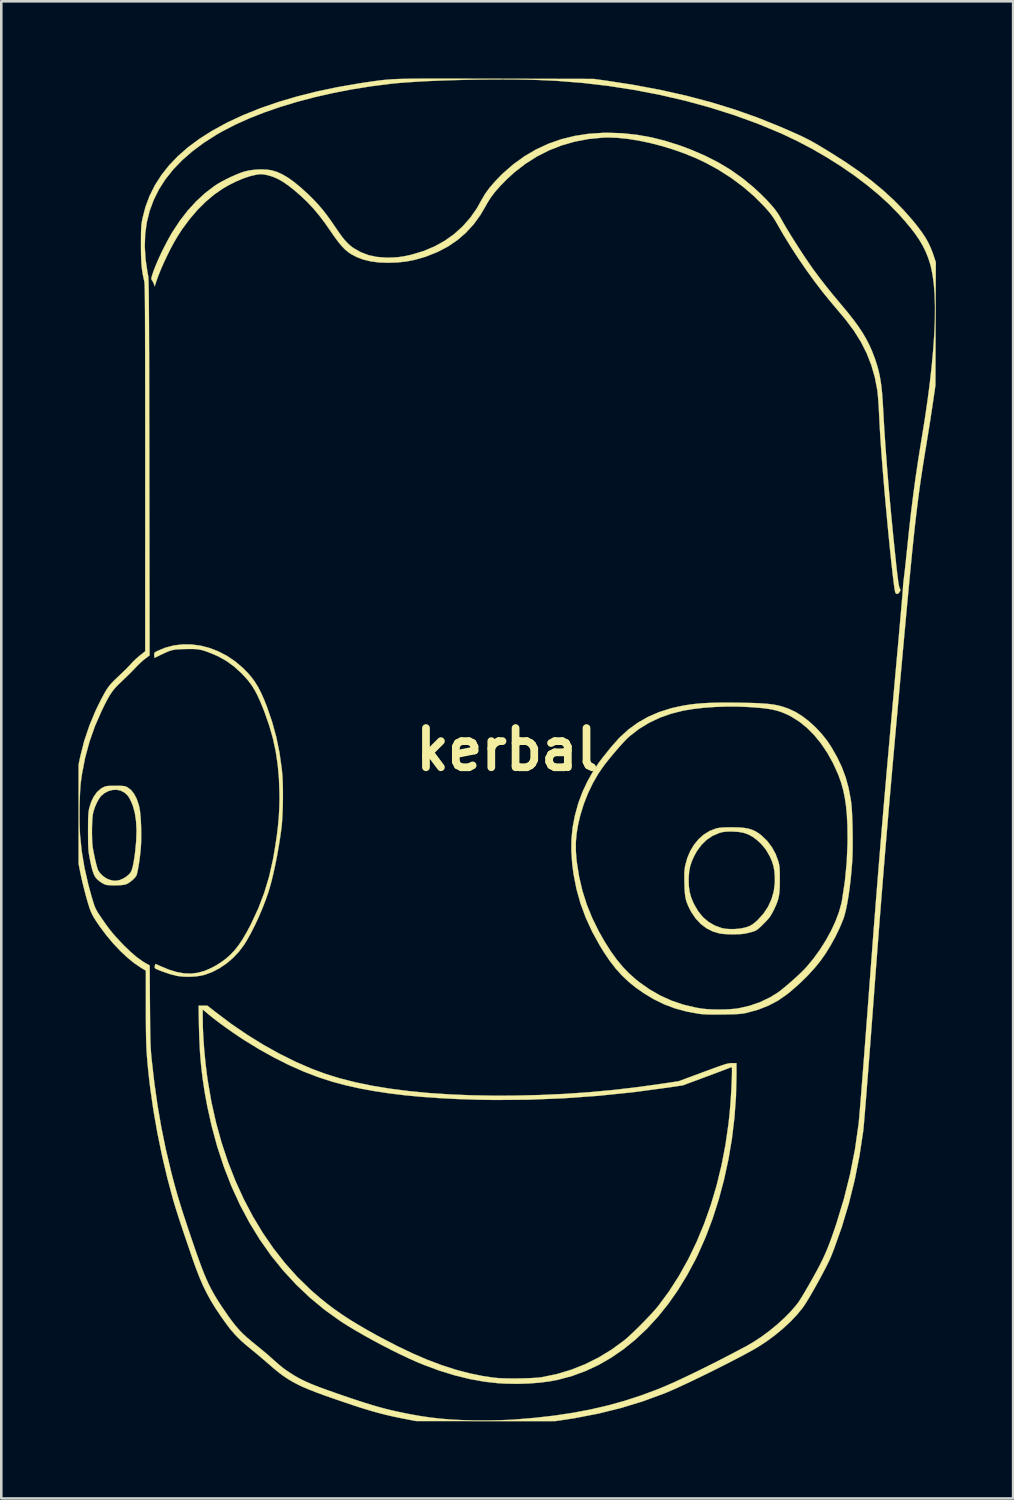
<source format=kicad_pcb>
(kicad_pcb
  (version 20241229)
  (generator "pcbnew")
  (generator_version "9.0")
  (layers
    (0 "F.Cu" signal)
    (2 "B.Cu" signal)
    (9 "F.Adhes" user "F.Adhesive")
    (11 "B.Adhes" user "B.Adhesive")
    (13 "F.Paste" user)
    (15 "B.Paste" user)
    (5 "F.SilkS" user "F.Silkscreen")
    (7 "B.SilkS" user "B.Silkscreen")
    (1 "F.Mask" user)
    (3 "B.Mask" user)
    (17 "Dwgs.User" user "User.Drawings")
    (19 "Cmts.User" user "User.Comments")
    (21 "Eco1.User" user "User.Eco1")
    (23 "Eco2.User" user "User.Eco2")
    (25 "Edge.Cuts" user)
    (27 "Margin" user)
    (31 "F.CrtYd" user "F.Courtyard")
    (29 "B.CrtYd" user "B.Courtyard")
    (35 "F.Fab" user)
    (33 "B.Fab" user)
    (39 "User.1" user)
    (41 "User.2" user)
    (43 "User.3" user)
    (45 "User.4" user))
  (footprint "kerbal"
    (layer "F.Cu")
    (at 16.667 26.089)
    (property "Reference" "kerbal" (at 0 0 0) (layer "F.SilkS") (effects (font (size 1.524 1.524) (thickness 0.3))))
    (attr through_hole)
    (fp_poly (pts (xy -15.082 1.41) (xy -14.976 1.414) (xy -14.901 1.421) (xy -14.845 1.432) (xy -14.798 1.45) (xy -14.768 1.465) (xy -14.627 1.569) (xy -14.506 1.719) (xy -14.404 1.914) (xy -14.323 2.153) (xy -14.299 2.249) (xy -14.276 2.381) (xy -14.257 2.554) (xy -14.242 2.756) (xy -14.232 2.978) (xy -14.227 3.208) (xy -14.227 3.437) (xy -14.232 3.654) (xy -14.244 3.849) (xy -14.247 3.877) (xy -14.265 4.054) (xy -14.287 4.236) (xy -14.312 4.413) (xy -14.339 4.576) (xy -14.365 4.716) (xy -14.39 4.826) (xy -14.412 4.896) (xy -14.416 4.905) (xy -14.472 4.982) (xy -14.559 5.069) (xy -14.661 5.15) (xy -14.763 5.215) (xy -14.826 5.243) (xy -14.907 5.26) (xy -15.025 5.273) (xy -15.163 5.28) (xy -15.307 5.282) (xy -15.442 5.277) (xy -15.554 5.267) (xy -15.612 5.256) (xy -15.719 5.208) (xy -15.835 5.133) (xy -15.941 5.043) (xy -16.009 4.964) (xy -16.053 4.887) (xy -16.095 4.783) (xy -16.137 4.646) (xy -16.18 4.471) (xy -16.225 4.252) (xy -16.237 4.191) (xy -16.254 4.097) (xy -16.267 4.008) (xy -16.277 3.916) (xy -16.284 3.813) (xy -16.289 3.691) (xy -16.292 3.541) (xy -16.293 3.354) (xy -16.293 3.282) (xy -16.141 3.282) (xy -16.137 3.471) (xy -16.129 3.642) (xy -16.115 3.784) (xy -16.107 3.835) (xy -16.073 4.018) (xy -16.036 4.197) (xy -15.999 4.364) (xy -15.962 4.508) (xy -15.929 4.622) (xy -15.902 4.696) (xy -15.899 4.702) (xy -15.823 4.811) (xy -15.714 4.917) (xy -15.589 5.005) (xy -15.467 5.061) (xy -15.464 5.062) (xy -15.33 5.094) (xy -15.217 5.101) (xy -15.101 5.083) (xy -15.045 5.067) (xy -14.916 5.012) (xy -14.79 4.93) (xy -14.683 4.833) (xy -14.633 4.767) (xy -14.595 4.683) (xy -14.558 4.559) (xy -14.523 4.39) (xy -14.489 4.175) (xy -14.467 4.013) (xy -14.423 3.567) (xy -14.409 3.162) (xy -14.426 2.798) (xy -14.473 2.475) (xy -14.55 2.191) (xy -14.621 2.019) (xy -14.68 1.902) (xy -14.732 1.818) (xy -14.788 1.753) (xy -14.858 1.691) (xy -14.885 1.671) (xy -15.022 1.598) (xy -15.177 1.565) (xy -15.341 1.572) (xy -15.504 1.616) (xy -15.657 1.696) (xy -15.79 1.81) (xy -15.799 1.82) (xy -15.879 1.932) (xy -15.958 2.078) (xy -16.029 2.244) (xy -16.084 2.412) (xy -16.097 2.465) (xy -16.114 2.573) (xy -16.127 2.72) (xy -16.136 2.895) (xy -16.141 3.086) (xy -16.141 3.282) (xy -16.293 3.282) (xy -16.294 3.188) (xy -16.293 2.966) (xy -16.292 2.788) (xy -16.289 2.647) (xy -16.283 2.535) (xy -16.276 2.445) (xy -16.266 2.369) (xy -16.253 2.301) (xy -16.249 2.283) (xy -16.173 2.038) (xy -16.071 1.827) (xy -15.946 1.655) (xy -15.798 1.524) (xy -15.708 1.471) (xy -15.653 1.446) (xy -15.601 1.429) (xy -15.539 1.418) (xy -15.457 1.413) (xy -15.345 1.41) (xy -15.227 1.41) (xy -15.082 1.41)) (stroke (width 0.01) (type solid)) (fill yes) (layer "F.SilkS"))
    (fp_poly (pts (xy 8.977 3.027) (xy 9.183 3.042) (xy 9.356 3.07) (xy 9.507 3.113) (xy 9.644 3.174) (xy 9.776 3.256) (xy 9.892 3.345) (xy 10.105 3.549) (xy 10.288 3.79) (xy 10.436 4.059) (xy 10.542 4.347) (xy 10.547 4.364) (xy 10.566 4.44) (xy 10.58 4.514) (xy 10.59 4.596) (xy 10.596 4.696) (xy 10.599 4.824) (xy 10.6 4.989) (xy 10.6 5.067) (xy 10.598 5.292) (xy 10.59 5.477) (xy 10.574 5.634) (xy 10.547 5.774) (xy 10.508 5.907) (xy 10.454 6.046) (xy 10.383 6.201) (xy 10.36 6.248) (xy 10.301 6.363) (xy 10.248 6.454) (xy 10.191 6.535) (xy 10.12 6.619) (xy 10.025 6.718) (xy 9.971 6.773) (xy 9.866 6.876) (xy 9.787 6.95) (xy 9.724 7.001) (xy 9.668 7.036) (xy 9.608 7.062) (xy 9.541 7.084) (xy 9.424 7.116) (xy 9.297 7.146) (xy 9.212 7.162) (xy 9.088 7.176) (xy 8.932 7.183) (xy 8.758 7.185) (xy 8.583 7.181) (xy 8.421 7.171) (xy 8.289 7.156) (xy 8.254 7.15) (xy 7.992 7.073) (xy 7.749 6.949) (xy 7.528 6.782) (xy 7.332 6.574) (xy 7.163 6.327) (xy 7.087 6.185) (xy 7.027 6.055) (xy 6.981 5.94) (xy 6.947 5.827) (xy 6.924 5.707) (xy 6.907 5.568) (xy 6.897 5.4) (xy 6.89 5.203) (xy 6.888 5.08) (xy 7.055 5.08) (xy 7.064 5.321) (xy 7.093 5.533) (xy 7.148 5.734) (xy 7.233 5.943) (xy 7.276 6.032) (xy 7.432 6.298) (xy 7.617 6.521) (xy 7.832 6.703) (xy 8.075 6.844) (xy 8.348 6.942) (xy 8.357 6.945) (xy 8.501 6.97) (xy 8.676 6.981) (xy 8.864 6.978) (xy 9.047 6.961) (xy 9.139 6.945) (xy 9.295 6.908) (xy 9.42 6.863) (xy 9.529 6.803) (xy 9.64 6.718) (xy 9.738 6.628) (xy 9.962 6.382) (xy 10.142 6.112) (xy 10.276 5.82) (xy 10.365 5.509) (xy 10.406 5.181) (xy 10.405 4.928) (xy 10.386 4.712) (xy 10.352 4.527) (xy 10.297 4.353) (xy 10.218 4.169) (xy 10.21 4.153) (xy 10.063 3.898) (xy 9.881 3.676) (xy 9.71 3.518) (xy 9.54 3.392) (xy 9.372 3.3) (xy 9.194 3.238) (xy 8.994 3.203) (xy 8.76 3.189) (xy 8.712 3.188) (xy 8.568 3.19) (xy 8.457 3.197) (xy 8.363 3.213) (xy 8.268 3.238) (xy 8.231 3.25) (xy 7.982 3.358) (xy 7.756 3.51) (xy 7.555 3.706) (xy 7.38 3.943) (xy 7.278 4.125) (xy 7.18 4.34) (xy 7.114 4.542) (xy 7.074 4.748) (xy 7.057 4.978) (xy 7.055 5.08) (xy 6.888 5.08) (xy 6.887 5.014) (xy 6.887 4.866) (xy 6.891 4.747) (xy 6.9 4.647) (xy 6.914 4.554) (xy 6.921 4.517) (xy 7.002 4.218) (xy 7.119 3.943) (xy 7.268 3.696) (xy 7.445 3.482) (xy 7.648 3.303) (xy 7.872 3.165) (xy 8.115 3.071) (xy 8.144 3.063) (xy 8.236 3.045) (xy 8.352 3.033) (xy 8.502 3.025) (xy 8.694 3.023) (xy 8.731 3.023) (xy 8.977 3.027)) (stroke (width 0.01) (type solid)) (fill yes) (layer "F.SilkS"))
    (fp_poly (pts (xy -12.266 -4.084) (xy -11.916 -4.037) (xy -11.568 -3.947) (xy -11.226 -3.815) (xy -10.894 -3.642) (xy -10.578 -3.429) (xy -10.28 -3.177) (xy -10.271 -3.168) (xy -10.094 -2.99) (xy -9.941 -2.812) (xy -9.805 -2.627) (xy -9.681 -2.425) (xy -9.564 -2.199) (xy -9.449 -1.938) (xy -9.34 -1.664) (xy -9.138 -1.076) (xy -8.976 -0.488) (xy -8.853 0.113) (xy -8.765 0.738) (xy -8.747 0.913) (xy -8.732 1.111) (xy -8.723 1.347) (xy -8.718 1.61) (xy -8.718 1.887) (xy -8.722 2.167) (xy -8.731 2.44) (xy -8.744 2.692) (xy -8.76 2.914) (xy -8.774 3.045) (xy -8.824 3.408) (xy -8.883 3.779) (xy -8.949 4.149) (xy -9.021 4.508) (xy -9.096 4.848) (xy -9.172 5.159) (xy -9.249 5.433) (xy -9.285 5.55) (xy -9.395 5.865) (xy -9.523 6.193) (xy -9.664 6.522) (xy -9.813 6.842) (xy -9.965 7.142) (xy -10.115 7.41) (xy -10.221 7.582) (xy -10.42 7.85) (xy -10.651 8.096) (xy -10.907 8.314) (xy -11.18 8.5) (xy -11.464 8.649) (xy -11.752 8.755) (xy -11.894 8.79) (xy -12.104 8.821) (xy -12.335 8.835) (xy -12.567 8.831) (xy -12.778 8.81) (xy -12.837 8.8) (xy -13.119 8.728) (xy -13.432 8.619) (xy -13.531 8.58) (xy -13.622 8.542) (xy -13.676 8.514) (xy -13.7 8.489) (xy -13.704 8.458) (xy -13.699 8.425) (xy -13.687 8.367) (xy -13.679 8.338) (xy -13.678 8.337) (xy -13.655 8.344) (xy -13.596 8.368) (xy -13.514 8.405) (xy -13.481 8.42) (xy -13.153 8.556) (xy -12.849 8.65) (xy -12.562 8.702) (xy -12.288 8.711) (xy -12.021 8.678) (xy -11.755 8.603) (xy -11.486 8.485) (xy -11.328 8.399) (xy -11.114 8.264) (xy -10.922 8.121) (xy -10.747 7.965) (xy -10.584 7.79) (xy -10.429 7.59) (xy -10.275 7.358) (xy -10.119 7.089) (xy -9.956 6.782) (xy -9.677 6.18) (xy -9.443 5.566) (xy -9.253 4.933) (xy -9.106 4.276) (xy -9.081 4.14) (xy -9.009 3.71) (xy -8.951 3.319) (xy -8.908 2.956) (xy -8.877 2.612) (xy -8.859 2.277) (xy -8.851 1.942) (xy -8.852 1.714) (xy -8.872 1.14) (xy -8.92 0.599) (xy -8.997 0.082) (xy -9.106 -0.423) (xy -9.248 -0.925) (xy -9.426 -1.435) (xy -9.499 -1.623) (xy -9.609 -1.89) (xy -9.714 -2.117) (xy -9.817 -2.313) (xy -9.926 -2.488) (xy -10.045 -2.65) (xy -10.18 -2.808) (xy -10.33 -2.966) (xy -10.618 -3.228) (xy -10.917 -3.445) (xy -11.235 -3.623) (xy -11.429 -3.708) (xy -11.607 -3.779) (xy -11.753 -3.832) (xy -11.879 -3.869) (xy -11.999 -3.892) (xy -12.125 -3.905) (xy -12.273 -3.909) (xy -12.454 -3.908) (xy -12.511 -3.906) (xy -12.684 -3.902) (xy -12.822 -3.894) (xy -12.937 -3.881) (xy -13.041 -3.859) (xy -13.145 -3.826) (xy -13.262 -3.777) (xy -13.405 -3.711) (xy -13.529 -3.651) (xy -13.711 -3.562) (xy -13.721 -3.663) (xy -13.724 -3.722) (xy -13.712 -3.759) (xy -13.676 -3.79) (xy -13.603 -3.828) (xy -13.603 -3.829) (xy -13.287 -3.961) (xy -12.956 -4.047) (xy -12.614 -4.088) (xy -12.266 -4.084)) (stroke (width 0.01) (type solid)) (fill yes) (layer "F.SilkS"))
    (fp_poly (pts (xy 8.952 -1.822) (xy 9.278 -1.816) (xy 9.559 -1.809) (xy 9.801 -1.799) (xy 10.01 -1.786) (xy 10.192 -1.769) (xy 10.353 -1.748) (xy 10.498 -1.721) (xy 10.634 -1.688) (xy 10.767 -1.648) (xy 10.902 -1.6) (xy 10.96 -1.578) (xy 11.213 -1.459) (xy 11.472 -1.298) (xy 11.731 -1.099) (xy 11.982 -0.871) (xy 12.219 -0.619) (xy 12.434 -0.349) (xy 12.592 -0.114) (xy 12.822 0.287) (xy 13.01 0.68) (xy 13.158 1.077) (xy 13.272 1.489) (xy 13.356 1.929) (xy 13.374 2.057) (xy 13.39 2.205) (xy 13.403 2.395) (xy 13.414 2.617) (xy 13.423 2.863) (xy 13.429 3.124) (xy 13.433 3.389) (xy 13.433 3.651) (xy 13.431 3.901) (xy 13.425 4.128) (xy 13.416 4.325) (xy 13.414 4.356) (xy 13.385 4.725) (xy 13.35 5.081) (xy 13.309 5.418) (xy 13.264 5.732) (xy 13.214 6.017) (xy 13.162 6.266) (xy 13.107 6.474) (xy 13.067 6.595) (xy 12.932 6.922) (xy 12.767 7.264) (xy 12.581 7.604) (xy 12.382 7.927) (xy 12.184 8.21) (xy 11.951 8.497) (xy 11.68 8.793) (xy 11.382 9.085) (xy 11.067 9.364) (xy 10.871 9.523) (xy 10.532 9.758) (xy 10.16 9.955) (xy 9.757 10.114) (xy 9.326 10.233) (xy 9.303 10.238) (xy 9.217 10.256) (xy 9.131 10.269) (xy 9.036 10.279) (xy 8.925 10.287) (xy 8.788 10.293) (xy 8.618 10.297) (xy 8.406 10.301) (xy 8.382 10.301) (xy 8.124 10.303) (xy 7.911 10.302) (xy 7.736 10.297) (xy 7.592 10.289) (xy 7.474 10.277) (xy 7.458 10.274) (xy 6.977 10.187) (xy 6.528 10.065) (xy 6.101 9.904) (xy 5.689 9.702) (xy 5.321 9.48) (xy 5.009 9.262) (xy 4.726 9.034) (xy 4.467 8.789) (xy 4.224 8.52) (xy 3.991 8.22) (xy 3.762 7.882) (xy 3.606 7.629) (xy 3.306 7.084) (xy 3.055 6.538) (xy 2.851 5.985) (xy 2.693 5.421) (xy 2.58 4.842) (xy 2.528 4.439) (xy 2.495 3.953) (xy 2.495 3.916) (xy 2.669 3.916) (xy 2.692 4.244) (xy 2.705 4.361) (xy 2.796 4.937) (xy 2.925 5.49) (xy 3.094 6.025) (xy 3.307 6.551) (xy 3.565 7.074) (xy 3.798 7.483) (xy 4.031 7.848) (xy 4.262 8.169) (xy 4.499 8.455) (xy 4.748 8.712) (xy 5.014 8.947) (xy 5.127 9.037) (xy 5.536 9.325) (xy 5.956 9.567) (xy 6.391 9.763) (xy 6.849 9.918) (xy 7.334 10.032) (xy 7.556 10.07) (xy 7.738 10.09) (xy 7.954 10.103) (xy 8.19 10.108) (xy 8.431 10.105) (xy 8.661 10.095) (xy 8.867 10.077) (xy 8.998 10.059) (xy 9.431 9.96) (xy 9.845 9.815) (xy 10.236 9.625) (xy 10.497 9.465) (xy 10.607 9.385) (xy 10.743 9.277) (xy 10.897 9.148) (xy 11.06 9.007) (xy 11.222 8.861) (xy 11.375 8.719) (xy 11.51 8.588) (xy 11.617 8.476) (xy 11.635 8.456) (xy 11.908 8.127) (xy 12.16 7.779) (xy 12.388 7.419) (xy 12.589 7.054) (xy 12.759 6.69) (xy 12.893 6.336) (xy 12.989 5.997) (xy 13.017 5.858) (xy 13.129 5.12) (xy 13.2 4.388) (xy 13.232 3.643) (xy 13.233 3.405) (xy 13.227 2.966) (xy 13.208 2.569) (xy 13.175 2.21) (xy 13.127 1.88) (xy 13.063 1.575) (xy 12.983 1.287) (xy 12.884 1.01) (xy 12.862 0.955) (xy 12.667 0.526) (xy 12.446 0.128) (xy 12.201 -0.235) (xy 11.936 -0.561) (xy 11.651 -0.847) (xy 11.35 -1.089) (xy 11.035 -1.286) (xy 10.915 -1.347) (xy 10.765 -1.414) (xy 10.619 -1.47) (xy 10.469 -1.516) (xy 10.308 -1.554) (xy 10.128 -1.584) (xy 9.921 -1.61) (xy 9.679 -1.632) (xy 9.394 -1.651) (xy 9.373 -1.653) (xy 8.944 -1.67) (xy 8.504 -1.67) (xy 8.065 -1.654) (xy 7.638 -1.623) (xy 7.236 -1.576) (xy 6.87 -1.516) (xy 6.842 -1.511) (xy 6.373 -1.393) (xy 5.929 -1.235) (xy 5.513 -1.037) (xy 5.126 -0.801) (xy 4.773 -0.528) (xy 4.708 -0.47) (xy 4.624 -0.389) (xy 4.516 -0.275) (xy 4.391 -0.136) (xy 4.255 0.019) (xy 4.114 0.185) (xy 3.975 0.352) (xy 3.846 0.514) (xy 3.771 0.609) (xy 3.542 0.941) (xy 3.33 1.31) (xy 3.14 1.707) (xy 2.978 2.119) (xy 2.849 2.537) (xy 2.831 2.603) (xy 2.75 2.96) (xy 2.697 3.288) (xy 2.67 3.603) (xy 2.669 3.916) (xy 2.495 3.916) (xy 2.499 3.49) (xy 2.543 3.039) (xy 2.628 2.588) (xy 2.754 2.126) (xy 2.784 2.032) (xy 2.93 1.645) (xy 3.113 1.253) (xy 3.326 0.872) (xy 3.559 0.515) (xy 3.751 0.264) (xy 3.841 0.154) (xy 3.942 0.028) (xy 4.036 -0.088) (xy 4.049 -0.105) (xy 4.363 -0.459) (xy 4.704 -0.771) (xy 5.073 -1.04) (xy 5.471 -1.267) (xy 5.897 -1.453) (xy 6.354 -1.598) (xy 6.413 -1.613) (xy 6.649 -1.668) (xy 6.881 -1.714) (xy 7.118 -1.751) (xy 7.365 -1.78) (xy 7.631 -1.801) (xy 7.92 -1.816) (xy 8.241 -1.823) (xy 8.599 -1.825) (xy 8.952 -1.822)) (stroke (width 0.01) (type solid)) (fill yes) (layer "F.SilkS"))
    (fp_poly (pts (xy -11.32 10.22) (xy -10.719 10.671) (xy -10.102 11.092) (xy -9.477 11.479) (xy -8.847 11.83) (xy -8.218 12.142) (xy -7.596 12.412) (xy -7.048 12.615) (xy -6.494 12.786) (xy -5.893 12.938) (xy -5.248 13.071) (xy -4.558 13.184) (xy -3.826 13.278) (xy -3.053 13.353) (xy -2.239 13.407) (xy -1.386 13.442) (xy -0.495 13.457) (xy 0.267 13.454) (xy 1.272 13.431) (xy 2.245 13.387) (xy 3.201 13.321) (xy 4.155 13.232) (xy 5.122 13.118) (xy 6.117 12.978) (xy 6.134 12.975) (xy 6.668 12.895) (xy 7.616 12.543) (xy 7.855 12.455) (xy 8.053 12.382) (xy 8.213 12.324) (xy 8.342 12.279) (xy 8.444 12.246) (xy 8.525 12.222) (xy 8.589 12.207) (xy 8.642 12.197) (xy 8.69 12.193) (xy 8.737 12.192) (xy 8.739 12.192) (xy 8.915 12.192) (xy 8.915 12.694) (xy 8.895 13.504) (xy 8.835 14.316) (xy 8.738 15.126) (xy 8.603 15.928) (xy 8.432 16.716) (xy 8.227 17.486) (xy 7.989 18.232) (xy 7.718 18.949) (xy 7.416 19.632) (xy 7.322 19.825) (xy 6.991 20.441) (xy 6.636 21.02) (xy 6.257 21.56) (xy 5.855 22.059) (xy 5.433 22.518) (xy 4.99 22.935) (xy 4.529 23.309) (xy 4.049 23.64) (xy 3.554 23.925) (xy 3.043 24.164) (xy 2.519 24.356) (xy 1.981 24.5) (xy 1.672 24.56) (xy 1.275 24.613) (xy 0.845 24.646) (xy 0.396 24.66) (xy -0.056 24.652) (xy -0.335 24.637) (xy -0.885 24.576) (xy -1.455 24.473) (xy -2.041 24.329) (xy -2.638 24.145) (xy -3.241 23.922) (xy -3.505 23.813) (xy -3.81 23.677) (xy -4.142 23.521) (xy -4.492 23.348) (xy -4.85 23.164) (xy -5.208 22.973) (xy -5.556 22.781) (xy -5.885 22.592) (xy -6.187 22.41) (xy -6.452 22.242) (xy -6.49 22.217) (xy -7.094 21.784) (xy -7.665 21.312) (xy -8.204 20.802) (xy -8.708 20.255) (xy -9.179 19.672) (xy -9.616 19.052) (xy -10.018 18.397) (xy -10.385 17.708) (xy -10.717 16.984) (xy -11.012 16.227) (xy -11.272 15.437) (xy -11.494 14.615) (xy -11.659 13.869) (xy -11.759 13.326) (xy -11.838 12.802) (xy -11.899 12.283) (xy -11.943 11.753) (xy -11.97 11.199) (xy -11.982 10.776) (xy -11.993 10.107) (xy -11.836 10.107) (xy -11.836 10.444) (xy -11.829 10.842) (xy -11.807 11.275) (xy -11.773 11.732) (xy -11.727 12.199) (xy -11.67 12.664) (xy -11.643 12.852) (xy -11.502 13.681) (xy -11.322 14.49) (xy -11.105 15.276) (xy -10.852 16.037) (xy -10.563 16.772) (xy -10.241 17.478) (xy -9.886 18.153) (xy -9.498 18.796) (xy -9.079 19.404) (xy -8.63 19.976) (xy -8.152 20.508) (xy -7.646 21.001) (xy -7.556 21.081) (xy -7.286 21.314) (xy -7.017 21.532) (xy -6.742 21.74) (xy -6.456 21.942) (xy -6.151 22.142) (xy -5.821 22.345) (xy -5.46 22.556) (xy -5.061 22.779) (xy -4.889 22.871) (xy -4.264 23.196) (xy -3.666 23.481) (xy -3.091 23.728) (xy -2.535 23.937) (xy -1.995 24.111) (xy -1.468 24.25) (xy -0.95 24.356) (xy -0.521 24.42) (xy -0.368 24.434) (xy -0.179 24.444) (xy 0.037 24.449) (xy 0.27 24.451) (xy 0.509 24.449) (xy 0.742 24.444) (xy 0.961 24.434) (xy 1.154 24.422) (xy 1.31 24.406) (xy 1.359 24.398) (xy 1.927 24.281) (xy 2.483 24.114) (xy 3.024 23.9) (xy 3.548 23.639) (xy 4.052 23.333) (xy 4.533 22.982) (xy 4.547 22.972) (xy 4.663 22.874) (xy 4.804 22.745) (xy 4.964 22.593) (xy 5.134 22.426) (xy 5.307 22.252) (xy 5.474 22.078) (xy 5.629 21.913) (xy 5.763 21.763) (xy 5.869 21.636) (xy 5.876 21.628) (xy 6.292 21.065) (xy 6.679 20.462) (xy 7.036 19.822) (xy 7.362 19.148) (xy 7.656 18.442) (xy 7.916 17.708) (xy 8.142 16.947) (xy 8.333 16.163) (xy 8.488 15.358) (xy 8.606 14.535) (xy 8.647 14.148) (xy 8.664 13.96) (xy 8.68 13.759) (xy 8.695 13.55) (xy 8.708 13.34) (xy 8.719 13.136) (xy 8.728 12.942) (xy 8.735 12.765) (xy 8.739 12.611) (xy 8.74 12.487) (xy 8.738 12.398) (xy 8.732 12.351) (xy 8.728 12.344) (xy 8.701 12.353) (xy 8.644 12.376) (xy 8.62 12.386) (xy 8.573 12.404) (xy 8.486 12.438) (xy 8.362 12.485) (xy 8.21 12.542) (xy 8.035 12.607) (xy 7.844 12.679) (xy 7.677 12.741) (xy 6.833 13.054) (xy 6.242 13.143) (xy 4.897 13.323) (xy 3.547 13.462) (xy 2.199 13.558) (xy 0.859 13.613) (xy -0.464 13.624) (xy -1.118 13.614) (xy -1.903 13.589) (xy -2.643 13.551) (xy -3.338 13.501) (xy -3.994 13.439) (xy -4.611 13.363) (xy -5.195 13.274) (xy -5.746 13.172) (xy -6.269 13.055) (xy -6.766 12.923) (xy -6.805 12.912) (xy -7.346 12.737) (xy -7.906 12.522) (xy -8.478 12.268) (xy -9.056 11.979) (xy -9.633 11.658) (xy -10.203 11.309) (xy -10.389 11.188) (xy -10.664 11.002) (xy -10.934 10.812) (xy -11.19 10.625) (xy -11.422 10.448) (xy -11.619 10.289) (xy -11.627 10.282) (xy -11.836 10.107) (xy -11.993 10.107) (xy -11.996 9.957) (xy -11.655 9.957) (xy -11.32 10.22)) (stroke (width 0.01) (type solid)) (fill yes) (layer "F.SilkS"))
    (fp_poly (pts (xy 4.477 -23.959) (xy 5.032 -23.901) (xy 5.586 -23.803) (xy 6.147 -23.663) (xy 6.72 -23.481) (xy 7.137 -23.325) (xy 7.695 -23.085) (xy 8.212 -22.822) (xy 8.695 -22.531) (xy 9.149 -22.21) (xy 9.581 -21.854) (xy 9.864 -21.591) (xy 10.086 -21.368) (xy 10.269 -21.169) (xy 10.419 -20.988) (xy 10.538 -20.821) (xy 10.617 -20.689) (xy 10.732 -20.483) (xy 10.872 -20.245) (xy 11.03 -19.986) (xy 11.201 -19.714) (xy 11.378 -19.438) (xy 11.555 -19.168) (xy 11.727 -18.914) (xy 11.888 -18.685) (xy 11.908 -18.656) (xy 12.142 -18.341) (xy 12.406 -18.002) (xy 12.693 -17.647) (xy 12.962 -17.326) (xy 13.222 -17.015) (xy 13.447 -16.73) (xy 13.642 -16.465) (xy 13.809 -16.215) (xy 13.953 -15.972) (xy 14.078 -15.73) (xy 14.188 -15.483) (xy 14.287 -15.224) (xy 14.309 -15.162) (xy 14.374 -14.96) (xy 14.43 -14.765) (xy 14.476 -14.567) (xy 14.514 -14.36) (xy 14.546 -14.136) (xy 14.573 -13.886) (xy 14.595 -13.602) (xy 14.614 -13.278) (xy 14.618 -13.208) (xy 14.659 -12.493) (xy 14.71 -11.73) (xy 14.771 -10.921) (xy 14.842 -10.069) (xy 14.924 -9.175) (xy 15.015 -8.241) (xy 15.116 -7.269) (xy 15.124 -7.194) (xy 15.152 -6.941) (xy 15.177 -6.734) (xy 15.198 -6.569) (xy 15.217 -6.443) (xy 15.235 -6.351) (xy 15.252 -6.288) (xy 15.269 -6.251) (xy 15.277 -6.241) (xy 15.292 -6.211) (xy 15.278 -6.165) (xy 15.259 -6.129) (xy 15.207 -6.067) (xy 15.153 -6.047) (xy 15.108 -6.07) (xy 15.09 -6.103) (xy 15.076 -6.159) (xy 15.058 -6.262) (xy 15.037 -6.408) (xy 15.014 -6.594) (xy 14.987 -6.815) (xy 14.959 -7.068) (xy 14.928 -7.348) (xy 14.896 -7.653) (xy 14.863 -7.979) (xy 14.829 -8.321) (xy 14.795 -8.676) (xy 14.761 -9.041) (xy 14.727 -9.41) (xy 14.693 -9.781) (xy 14.661 -10.15) (xy 14.63 -10.514) (xy 14.601 -10.867) (xy 14.574 -11.207) (xy 14.55 -11.529) (xy 14.528 -11.831) (xy 14.51 -12.108) (xy 14.504 -12.205) (xy 14.494 -12.373) (xy 14.483 -12.575) (xy 14.471 -12.792) (xy 14.461 -13.007) (xy 14.452 -13.179) (xy 14.442 -13.36) (xy 14.43 -13.543) (xy 14.416 -13.714) (xy 14.402 -13.862) (xy 14.389 -13.972) (xy 14.388 -13.979) (xy 14.292 -14.477) (xy 14.154 -14.953) (xy 13.974 -15.41) (xy 13.749 -15.854) (xy 13.478 -16.286) (xy 13.158 -16.713) (xy 13.073 -16.815) (xy 12.956 -16.954) (xy 12.825 -17.11) (xy 12.694 -17.265) (xy 12.579 -17.402) (xy 12.56 -17.424) (xy 12.256 -17.798) (xy 11.942 -18.21) (xy 11.626 -18.648) (xy 11.315 -19.101) (xy 11.017 -19.56) (xy 10.739 -20.013) (xy 10.547 -20.345) (xy 10.454 -20.508) (xy 10.374 -20.639) (xy 10.298 -20.751) (xy 10.216 -20.858) (xy 10.119 -20.973) (xy 9.997 -21.109) (xy 9.987 -21.12) (xy 9.598 -21.511) (xy 9.167 -21.882) (xy 8.702 -22.228) (xy 8.208 -22.543) (xy 7.707 -22.817) (xy 7.304 -23.005) (xy 6.88 -23.177) (xy 6.441 -23.332) (xy 5.995 -23.467) (xy 5.549 -23.582) (xy 5.11 -23.674) (xy 4.686 -23.741) (xy 4.284 -23.782) (xy 3.91 -23.795) (xy 3.721 -23.789) (xy 3.167 -23.735) (xy 2.633 -23.634) (xy 2.12 -23.487) (xy 1.627 -23.294) (xy 1.157 -23.055) (xy 0.709 -22.77) (xy 0.283 -22.441) (xy -0.008 -22.175) (xy -0.259 -21.92) (xy -0.469 -21.682) (xy -0.64 -21.456) (xy -0.777 -21.237) (xy -0.81 -21.175) (xy -1.045 -20.772) (xy -1.311 -20.409) (xy -1.609 -20.086) (xy -1.939 -19.802) (xy -2.302 -19.555) (xy -2.7 -19.346) (xy -3.134 -19.173) (xy -3.188 -19.154) (xy -3.55 -19.048) (xy -3.9 -18.976) (xy -4.256 -18.936) (xy -4.623 -18.923) (xy -4.979 -18.936) (xy -5.298 -18.976) (xy -5.585 -19.045) (xy -5.849 -19.145) (xy -6.063 -19.257) (xy -6.186 -19.341) (xy -6.309 -19.445) (xy -6.435 -19.576) (xy -6.569 -19.738) (xy -6.716 -19.936) (xy -6.854 -20.136) (xy -7.087 -20.472) (xy -7.313 -20.769) (xy -7.539 -21.038) (xy -7.773 -21.287) (xy -8.025 -21.527) (xy -8.254 -21.726) (xy -8.49 -21.914) (xy -8.705 -22.064) (xy -8.907 -22.18) (xy -9.103 -22.266) (xy -9.301 -22.325) (xy -9.359 -22.338) (xy -9.478 -22.36) (xy -9.572 -22.367) (xy -9.666 -22.361) (xy -9.74 -22.35) (xy -9.981 -22.295) (xy -10.246 -22.207) (xy -10.525 -22.09) (xy -10.809 -21.949) (xy -11.042 -21.815) (xy -11.38 -21.583) (xy -11.712 -21.304) (xy -12.034 -20.984) (xy -12.341 -20.626) (xy -12.63 -20.236) (xy -12.815 -19.952) (xy -12.947 -19.726) (xy -13.084 -19.473) (xy -13.219 -19.202) (xy -13.349 -18.926) (xy -13.467 -18.656) (xy -13.568 -18.403) (xy -13.647 -18.18) (xy -13.655 -18.153) (xy -13.701 -18.005) (xy -13.734 -18.1) (xy -13.766 -18.174) (xy -13.802 -18.233) (xy -13.808 -18.24) (xy -13.829 -18.269) (xy -13.834 -18.304) (xy -13.825 -18.36) (xy -13.805 -18.432) (xy -13.747 -18.608) (xy -13.665 -18.818) (xy -13.565 -19.051) (xy -13.451 -19.298) (xy -13.327 -19.549) (xy -13.198 -19.795) (xy -13.068 -20.027) (xy -13.005 -20.132) (xy -12.723 -20.56) (xy -12.417 -20.955) (xy -12.091 -21.312) (xy -11.748 -21.628) (xy -11.392 -21.9) (xy -11.251 -21.992) (xy -11.105 -22.077) (xy -10.931 -22.168) (xy -10.743 -22.259) (xy -10.554 -22.343) (xy -10.38 -22.414) (xy -10.234 -22.465) (xy -10.223 -22.468) (xy -10.019 -22.515) (xy -9.792 -22.544) (xy -9.56 -22.554) (xy -9.34 -22.545) (xy -9.159 -22.518) (xy -8.953 -22.457) (xy -8.74 -22.361) (xy -8.514 -22.228) (xy -8.275 -22.056) (xy -8.018 -21.844) (xy -7.74 -21.59) (xy -7.708 -21.559) (xy -7.51 -21.362) (xy -7.332 -21.171) (xy -7.166 -20.977) (xy -7.003 -20.767) (xy -6.833 -20.532) (xy -6.683 -20.311) (xy -6.544 -20.108) (xy -6.425 -19.943) (xy -6.318 -19.81) (xy -6.218 -19.7) (xy -6.12 -19.608) (xy -6.016 -19.526) (xy -5.956 -19.485) (xy -5.687 -19.333) (xy -5.396 -19.222) (xy -5.079 -19.153) (xy -4.735 -19.124) (xy -4.648 -19.123) (xy -4.42 -19.128) (xy -4.214 -19.145) (xy -4.009 -19.175) (xy -3.784 -19.223) (xy -3.696 -19.245) (xy -3.243 -19.382) (xy -2.82 -19.56) (xy -2.427 -19.779) (xy -2.065 -20.036) (xy -1.737 -20.332) (xy -1.441 -20.666) (xy -1.181 -21.036) (xy -0.982 -21.39) (xy -0.858 -21.602) (xy -0.69 -21.832) (xy -0.481 -22.076) (xy -0.235 -22.331) (xy -0.167 -22.397) (xy 0.242 -22.754) (xy 0.674 -23.065) (xy 1.127 -23.331) (xy 1.603 -23.551) (xy 2.1 -23.726) (xy 2.62 -23.854) (xy 3.163 -23.938) (xy 3.727 -23.975) (xy 3.915 -23.978) (xy 4.477 -23.959)) (stroke (width 0.01) (type solid)) (fill yes) (layer "F.SilkS"))
    (fp_poly (pts (xy -2.218 -26.084) (xy -1.823 -26.083) (xy -1.385 -26.082) (xy -0.902 -26.081) (xy -0.445 -26.08) (xy 3.365 -26.071) (xy 3.861 -26.002) (xy 4.938 -25.835) (xy 5.973 -25.64) (xy 6.968 -25.417) (xy 7.922 -25.165) (xy 8.838 -24.884) (xy 9.716 -24.574) (xy 10.554 -24.237) (xy 10.819 -24.123) (xy 11.044 -24.025) (xy 11.237 -23.939) (xy 11.404 -23.863) (xy 11.554 -23.791) (xy 11.692 -23.722) (xy 11.827 -23.65) (xy 11.965 -23.573) (xy 12.114 -23.486) (xy 12.28 -23.386) (xy 12.472 -23.27) (xy 12.56 -23.216) (xy 13.138 -22.849) (xy 13.67 -22.484) (xy 14.159 -22.118) (xy 14.609 -21.746) (xy 15.023 -21.367) (xy 15.407 -20.976) (xy 15.764 -20.572) (xy 15.769 -20.566) (xy 15.964 -20.324) (xy 16.125 -20.107) (xy 16.259 -19.904) (xy 16.371 -19.707) (xy 16.465 -19.507) (xy 16.548 -19.295) (xy 16.576 -19.213) (xy 16.664 -18.95) (xy 16.649 -14.161) (xy 16.554 -13.5) (xy 16.526 -13.315) (xy 16.492 -13.092) (xy 16.454 -12.841) (xy 16.412 -12.574) (xy 16.368 -12.302) (xy 16.325 -12.036) (xy 16.295 -11.849) (xy 16.248 -11.565) (xy 16.204 -11.293) (xy 16.162 -11.031) (xy 16.123 -10.775) (xy 16.085 -10.523) (xy 16.049 -10.271) (xy 16.014 -10.018) (xy 15.98 -9.759) (xy 15.946 -9.492) (xy 15.912 -9.214) (xy 15.878 -8.923) (xy 15.843 -8.615) (xy 15.808 -8.287) (xy 15.771 -7.937) (xy 15.733 -7.561) (xy 15.693 -7.157) (xy 15.651 -6.722) (xy 15.607 -6.253) (xy 15.559 -5.747) (xy 15.509 -5.201) (xy 15.455 -4.612) (xy 15.397 -3.977) (xy 15.354 -3.505) (xy 15.282 -2.704) (xy 15.214 -1.95) (xy 15.15 -1.239) (xy 15.089 -0.568) (xy 15.033 0.067) (xy 14.979 0.669) (xy 14.929 1.242) (xy 14.881 1.79) (xy 14.835 2.316) (xy 14.792 2.824) (xy 14.75 3.318) (xy 14.709 3.8) (xy 14.67 4.275) (xy 14.631 4.746) (xy 14.593 5.217) (xy 14.555 5.692) (xy 14.517 6.173) (xy 14.478 6.666) (xy 14.439 7.172) (xy 14.399 7.696) (xy 14.358 8.242) (xy 14.314 8.812) (xy 14.269 9.411) (xy 14.25 9.67) (xy 14.213 10.163) (xy 14.176 10.647) (xy 14.141 11.118) (xy 14.106 11.574) (xy 14.072 12.011) (xy 14.04 12.428) (xy 14.009 12.82) (xy 13.98 13.187) (xy 13.954 13.524) (xy 13.929 13.829) (xy 13.907 14.1) (xy 13.888 14.333) (xy 13.871 14.525) (xy 13.858 14.675) (xy 13.848 14.779) (xy 13.843 14.826) (xy 13.698 15.787) (xy 13.511 16.732) (xy 13.281 17.657) (xy 13.011 18.559) (xy 12.7 19.433) (xy 12.591 19.71) (xy 12.535 19.836) (xy 12.459 19.996) (xy 12.364 20.182) (xy 12.257 20.387) (xy 12.141 20.602) (xy 12.021 20.82) (xy 11.901 21.033) (xy 11.785 21.234) (xy 11.677 21.413) (xy 11.583 21.565) (xy 11.505 21.68) (xy 11.492 21.698) (xy 11.276 21.964) (xy 11.02 22.235) (xy 10.731 22.503) (xy 10.418 22.763) (xy 10.09 23.006) (xy 9.754 23.225) (xy 9.588 23.322) (xy 9.363 23.447) (xy 9.106 23.585) (xy 8.823 23.733) (xy 8.523 23.887) (xy 8.211 24.045) (xy 7.893 24.204) (xy 7.576 24.359) (xy 7.266 24.509) (xy 6.97 24.649) (xy 6.695 24.777) (xy 6.447 24.889) (xy 6.232 24.982) (xy 6.096 25.038) (xy 5.275 25.339) (xy 4.425 25.599) (xy 3.548 25.816) (xy 2.644 25.991) (xy 2.293 26.046) (xy 1.856 26.111) (xy -3.543 26.107) (xy -3.975 26.023) (xy -4.235 25.972) (xy -4.479 25.919) (xy -4.714 25.865) (xy -4.949 25.805) (xy -5.188 25.74) (xy -5.439 25.666) (xy -5.709 25.583) (xy -6.004 25.487) (xy -6.331 25.377) (xy -6.698 25.251) (xy -6.79 25.219) (xy -7.14 25.096) (xy -7.446 24.983) (xy -7.716 24.877) (xy -7.954 24.775) (xy -8.167 24.673) (xy -8.362 24.569) (xy -8.543 24.46) (xy -8.717 24.342) (xy -8.891 24.211) (xy -9.069 24.066) (xy -9.241 23.917) (xy -9.391 23.786) (xy -9.564 23.638) (xy -9.741 23.489) (xy -9.907 23.353) (xy -9.977 23.295) (xy -10.171 23.136) (xy -10.339 22.988) (xy -10.489 22.842) (xy -10.63 22.691) (xy -10.769 22.526) (xy -10.913 22.337) (xy -11.071 22.117) (xy -11.155 21.996) (xy -11.35 21.704) (xy -11.522 21.421) (xy -11.678 21.137) (xy -11.823 20.842) (xy -11.96 20.526) (xy -12.095 20.179) (xy -12.226 19.812) (xy -12.352 19.444) (xy -12.462 19.12) (xy -12.559 18.835) (xy -12.644 18.583) (xy -12.717 18.361) (xy -12.782 18.164) (xy -12.838 17.988) (xy -12.888 17.827) (xy -12.934 17.677) (xy -12.976 17.534) (xy -12.993 17.475) (xy -13.218 16.635) (xy -13.421 15.77) (xy -13.601 14.894) (xy -13.753 14.022) (xy -13.876 13.167) (xy -13.918 12.814) (xy -13.945 12.567) (xy -13.968 12.343) (xy -13.987 12.137) (xy -14.003 11.941) (xy -14.016 11.748) (xy -14.026 11.551) (xy -14.034 11.343) (xy -14.039 11.117) (xy -14.043 10.867) (xy -14.045 10.584) (xy -14.046 10.263) (xy -14.046 10.012) (xy -14.046 8.597) (xy -14.243 8.479) (xy -14.502 8.303) (xy -14.77 8.085) (xy -15.041 7.83) (xy -15.311 7.544) (xy -15.574 7.232) (xy -15.823 6.901) (xy -15.971 6.685) (xy -16.067 6.534) (xy -16.138 6.405) (xy -16.194 6.279) (xy -16.245 6.139) (xy -16.247 6.131) (xy -16.314 5.914) (xy -16.384 5.663) (xy -16.454 5.396) (xy -16.519 5.129) (xy -16.575 4.878) (xy -16.598 4.767) (xy -16.662 4.441) (xy -16.662 2.583) (xy -16.624 2.583) (xy -16.622 2.827) (xy -16.617 3.053) (xy -16.609 3.25) (xy -16.605 3.316) (xy -16.542 3.939) (xy -16.435 4.583) (xy -16.284 5.248) (xy -16.168 5.674) (xy -16.118 5.843) (xy -16.079 5.975) (xy -16.043 6.078) (xy -16.008 6.165) (xy -15.968 6.245) (xy -15.919 6.329) (xy -15.855 6.428) (xy -15.772 6.551) (xy -15.766 6.56) (xy -15.621 6.77) (xy -15.485 6.954) (xy -15.348 7.126) (xy -15.199 7.298) (xy -15.028 7.482) (xy -14.911 7.604) (xy -14.644 7.863) (xy -14.394 8.076) (xy -14.161 8.243) (xy -14.042 8.314) (xy -13.898 8.394) (xy -13.887 9.957) (xy -13.884 10.292) (xy -13.882 10.581) (xy -13.879 10.83) (xy -13.875 11.045) (xy -13.871 11.229) (xy -13.867 11.389) (xy -13.861 11.53) (xy -13.854 11.657) (xy -13.846 11.775) (xy -13.837 11.89) (xy -13.826 12.007) (xy -13.821 12.051) (xy -13.717 12.959) (xy -13.593 13.83) (xy -13.448 14.674) (xy -13.279 15.503) (xy -13.085 16.327) (xy -13.068 16.395) (xy -13.004 16.647) (xy -12.941 16.884) (xy -12.878 17.113) (xy -12.813 17.34) (xy -12.743 17.573) (xy -12.667 17.819) (xy -12.583 18.084) (xy -12.487 18.374) (xy -12.38 18.698) (xy -12.257 19.061) (xy -12.23 19.139) (xy -12.109 19.494) (xy -11.999 19.806) (xy -11.898 20.081) (xy -11.803 20.326) (xy -11.712 20.545) (xy -11.622 20.745) (xy -11.53 20.932) (xy -11.433 21.112) (xy -11.33 21.291) (xy -11.216 21.473) (xy -11.089 21.667) (xy -11.003 21.793) (xy -10.837 22.033) (xy -10.688 22.237) (xy -10.549 22.413) (xy -10.411 22.571) (xy -10.267 22.718) (xy -10.109 22.863) (xy -9.93 23.015) (xy -9.796 23.123) (xy -9.656 23.237) (xy -9.507 23.36) (xy -9.363 23.481) (xy -9.238 23.589) (xy -9.185 23.637) (xy -9.037 23.769) (xy -8.918 23.873) (xy -8.82 23.957) (xy -8.734 24.027) (xy -8.651 24.089) (xy -8.563 24.15) (xy -8.461 24.218) (xy -8.436 24.235) (xy -8.296 24.324) (xy -8.156 24.406) (xy -8.012 24.483) (xy -7.857 24.559) (xy -7.685 24.636) (xy -7.49 24.716) (xy -7.267 24.802) (xy -7.01 24.896) (xy -6.713 25.001) (xy -6.556 25.056) (xy -6.176 25.186) (xy -5.838 25.299) (xy -5.533 25.398) (xy -5.257 25.483) (xy -5.003 25.557) (xy -4.764 25.622) (xy -4.534 25.679) (xy -4.307 25.731) (xy -4.261 25.741) (xy -3.812 25.833) (xy -3.392 25.908) (xy -2.99 25.968) (xy -2.594 26.013) (xy -2.191 26.047) (xy -1.77 26.068) (xy -1.317 26.08) (xy -1.029 26.082) (xy -0.769 26.082) (xy -0.5 26.078) (xy -0.235 26.071) (xy 0.012 26.062) (xy 0.226 26.051) (xy 0.279 26.048) (xy 1.078 25.981) (xy 1.835 25.895) (xy 2.556 25.786) (xy 3.249 25.655) (xy 3.917 25.5) (xy 4.568 25.319) (xy 5.207 25.111) (xy 5.839 24.876) (xy 5.88 24.86) (xy 6.134 24.754) (xy 6.428 24.626) (xy 6.755 24.476) (xy 7.112 24.307) (xy 7.493 24.122) (xy 7.895 23.922) (xy 8.311 23.711) (xy 8.737 23.49) (xy 9.169 23.263) (xy 9.295 23.196) (xy 9.594 23.022) (xy 9.898 22.82) (xy 10.2 22.596) (xy 10.491 22.357) (xy 10.764 22.11) (xy 11.01 21.862) (xy 11.221 21.62) (xy 11.332 21.474) (xy 11.38 21.4) (xy 11.449 21.29) (xy 11.534 21.15) (xy 11.629 20.988) (xy 11.731 20.811) (xy 11.836 20.628) (xy 11.873 20.561) (xy 12.014 20.306) (xy 12.137 20.075) (xy 12.246 19.859) (xy 12.344 19.649) (xy 12.436 19.436) (xy 12.525 19.21) (xy 12.617 18.961) (xy 12.714 18.681) (xy 12.804 18.415) (xy 13.093 17.462) (xy 13.333 16.502) (xy 13.523 15.534) (xy 13.662 14.557) (xy 13.664 14.54) (xy 13.671 14.468) (xy 13.682 14.347) (xy 13.696 14.181) (xy 13.714 13.974) (xy 13.734 13.726) (xy 13.757 13.442) (xy 13.782 13.125) (xy 13.809 12.776) (xy 13.839 12.399) (xy 13.87 11.997) (xy 13.903 11.572) (xy 13.937 11.127) (xy 13.972 10.665) (xy 14.008 10.19) (xy 14.045 9.702) (xy 14.071 9.347) (xy 14.122 8.678) (xy 14.17 8.04) (xy 14.216 7.43) (xy 14.261 6.842) (xy 14.306 6.272) (xy 14.349 5.717) (xy 14.393 5.173) (xy 14.436 4.634) (xy 14.48 4.097) (xy 14.524 3.557) (xy 14.57 3.011) (xy 14.617 2.455) (xy 14.666 1.883) (xy 14.718 1.292) (xy 14.771 0.677) (xy 14.828 0.035) (xy 14.888 -0.639) (xy 14.951 -1.349) (xy 15.019 -2.099) (xy 15.09 -2.894) (xy 15.125 -3.277) (xy 15.159 -3.659) (xy 15.193 -4.029) (xy 15.224 -4.382) (xy 15.254 -4.716) (xy 15.281 -5.027) (xy 15.306 -5.312) (xy 15.328 -5.567) (xy 15.347 -5.79) (xy 15.363 -5.976) (xy 15.375 -6.124) (xy 15.384 -6.229) (xy 15.388 -6.288) (xy 15.388 -6.299) (xy 15.391 -6.36) (xy 15.399 -6.456) (xy 15.412 -6.576) (xy 15.427 -6.693) (xy 15.44 -6.798) (xy 15.457 -6.945) (xy 15.477 -7.122) (xy 15.498 -7.321) (xy 15.52 -7.531) (xy 15.542 -7.742) (xy 15.545 -7.772) (xy 15.622 -8.517) (xy 15.702 -9.22) (xy 15.786 -9.894) (xy 15.874 -10.547) (xy 15.969 -11.19) (xy 16.072 -11.834) (xy 16.102 -12.015) (xy 16.23 -12.809) (xy 16.341 -13.564) (xy 16.434 -14.278) (xy 16.509 -14.952) (xy 16.566 -15.584) (xy 16.606 -16.174) (xy 16.628 -16.721) (xy 16.632 -17.224) (xy 16.618 -17.683) (xy 16.586 -18.097) (xy 16.536 -18.466) (xy 16.469 -18.787) (xy 16.445 -18.872) (xy 16.367 -19.116) (xy 16.273 -19.349) (xy 16.162 -19.577) (xy 16.028 -19.805) (xy 15.868 -20.04) (xy 15.678 -20.288) (xy 15.455 -20.555) (xy 15.223 -20.815) (xy 14.853 -21.195) (xy 14.437 -21.574) (xy 13.982 -21.95) (xy 13.492 -22.319) (xy 12.973 -22.677) (xy 12.429 -23.02) (xy 11.867 -23.346) (xy 11.291 -23.649) (xy 10.707 -23.927) (xy 10.604 -23.973) (xy 9.737 -24.332) (xy 8.834 -24.66) (xy 7.899 -24.956) (xy 6.939 -25.219) (xy 5.957 -25.447) (xy 4.959 -25.64) (xy 3.949 -25.797) (xy 2.933 -25.916) (xy 1.916 -25.997) (xy 1.219 -26.029) (xy 0.781 -26.041) (xy 0.319 -26.048) (xy -0.161 -26.051) (xy -0.652 -26.049) (xy -1.148 -26.044) (xy -1.643 -26.035) (xy -2.131 -26.022) (xy -2.605 -26.006) (xy -3.059 -25.987) (xy -3.487 -25.964) (xy -3.883 -25.938) (xy -4.24 -25.91) (xy -4.534 -25.881) (xy -5.294 -25.784) (xy -6.041 -25.664) (xy -6.771 -25.523) (xy -7.48 -25.362) (xy -8.165 -25.181) (xy -8.82 -24.983) (xy -9.444 -24.767) (xy -10.031 -24.536) (xy -10.578 -24.289) (xy -11.081 -24.029) (xy -11.297 -23.905) (xy -11.791 -23.59) (xy -12.236 -23.259) (xy -12.633 -22.913) (xy -12.982 -22.552) (xy -13.283 -22.174) (xy -13.536 -21.78) (xy -13.741 -21.369) (xy -13.899 -20.941) (xy -14.01 -20.496) (xy -14.073 -20.033) (xy -14.089 -19.552) (xy -14.058 -19.053) (xy -13.981 -18.535) (xy -13.959 -18.428) (xy -13.956 -18.404) (xy -13.952 -18.371) (xy -13.949 -18.325) (xy -13.946 -18.264) (xy -13.943 -18.189) (xy -13.94 -18.096) (xy -13.938 -17.983) (xy -13.935 -17.85) (xy -13.933 -17.695) (xy -13.931 -17.516) (xy -13.929 -17.31) (xy -13.928 -17.077) (xy -13.926 -16.815) (xy -13.924 -16.522) (xy -13.923 -16.197) (xy -13.922 -15.837) (xy -13.92 -15.441) (xy -13.919 -15.008) (xy -13.918 -14.535) (xy -13.917 -14.021) (xy -13.916 -13.464) (xy -13.915 -12.863) (xy -13.913 -12.216) (xy -13.912 -11.521) (xy -13.912 -10.955) (xy -13.901 -3.659) (xy -14.075 -3.53) (xy -14.168 -3.454) (xy -14.277 -3.355) (xy -14.386 -3.248) (xy -14.446 -3.185) (xy -14.535 -3.091) (xy -14.649 -2.975) (xy -14.777 -2.849) (xy -14.908 -2.724) (xy -14.973 -2.662) (xy -15.097 -2.544) (xy -15.202 -2.437) (xy -15.293 -2.333) (xy -15.375 -2.224) (xy -15.455 -2.102) (xy -15.536 -1.96) (xy -15.626 -1.789) (xy -15.728 -1.581) (xy -15.762 -1.511) (xy -16.025 -0.912) (xy -16.24 -0.3) (xy -16.41 0.33) (xy -16.534 0.98) (xy -16.576 1.283) (xy -16.59 1.43) (xy -16.602 1.619) (xy -16.612 1.838) (xy -16.619 2.079) (xy -16.623 2.33) (xy -16.624 2.583) (xy -16.662 2.583) (xy -16.662 0.585) (xy -16.599 0.283) (xy -16.445 -0.327) (xy -16.241 -0.934) (xy -15.991 -1.532) (xy -15.797 -1.926) (xy -15.702 -2.104) (xy -15.623 -2.248) (xy -15.55 -2.365) (xy -15.477 -2.467) (xy -15.395 -2.564) (xy -15.299 -2.665) (xy -15.179 -2.782) (xy -15.098 -2.857) (xy -14.976 -2.973) (xy -14.858 -3.088) (xy -14.753 -3.193) (xy -14.669 -3.281) (xy -14.621 -3.334) (xy -14.546 -3.416) (xy -14.446 -3.512) (xy -14.338 -3.607) (xy -14.285 -3.651) (xy -14.072 -3.82) (xy -14.072 -10.933) (xy -14.072 -11.659) (xy -14.072 -12.336) (xy -14.072 -12.965) (xy -14.073 -13.549) (xy -14.073 -14.088) (xy -14.074 -14.585) (xy -14.074 -15.041) (xy -14.075 -15.459) (xy -14.076 -15.838) (xy -14.077 -16.183) (xy -14.078 -16.493) (xy -14.079 -16.771) (xy -14.08 -17.018) (xy -14.082 -17.237) (xy -14.083 -17.428) (xy -14.085 -17.593) (xy -14.087 -17.735) (xy -14.09 -17.855) (xy -14.092 -17.954) (xy -14.095 -18.034) (xy -14.098 -18.097) (xy -14.101 -18.144) (xy -14.104 -18.178) (xy -14.108 -18.199) (xy -14.146 -18.37) (xy -14.176 -18.527) (xy -14.198 -18.681) (xy -14.215 -18.842) (xy -14.226 -19.018) (xy -14.233 -19.219) (xy -14.236 -19.456) (xy -14.237 -19.634) (xy -14.236 -19.853) (xy -14.235 -20.028) (xy -14.232 -20.169) (xy -14.227 -20.284) (xy -14.22 -20.38) (xy -14.211 -20.465) (xy -14.197 -20.547) (xy -14.18 -20.636) (xy -14.18 -20.639) (xy -14.064 -21.091) (xy -13.902 -21.524) (xy -13.695 -21.938) (xy -13.442 -22.334) (xy -13.143 -22.712) (xy -12.797 -23.072) (xy -12.405 -23.415) (xy -11.965 -23.741) (xy -11.477 -24.051) (xy -10.941 -24.345) (xy -10.846 -24.394) (xy -10.24 -24.674) (xy -9.591 -24.934) (xy -8.9 -25.172) (xy -8.171 -25.388) (xy -7.407 -25.581) (xy -6.609 -25.749) (xy -5.782 -25.893) (xy -5.537 -25.93) (xy -5.395 -25.951) (xy -5.266 -25.97) (xy -5.146 -25.987) (xy -5.034 -26.002) (xy -4.926 -26.016) (xy -4.819 -26.028) (xy -4.71 -26.039) (xy -4.597 -26.048) (xy -4.477 -26.056) (xy -4.346 -26.063) (xy -4.201 -26.069) (xy -4.041 -26.073) (xy -3.861 -26.077) (xy -3.66 -26.08) (xy -3.433 -26.082) (xy -3.178 -26.083) (xy -2.893 -26.084) (xy -2.574 -26.084) (xy -2.218 -26.084)) (stroke (width 0.01) (type solid)) (fill yes) (layer "F.SilkS")))
  (gr_rect
    (start -3 -3)
    (end 36.337 55.205)
    (stroke (width 0.1) (type default))
    (fill no)
    (layer "Edge.Cuts")))
</source>
